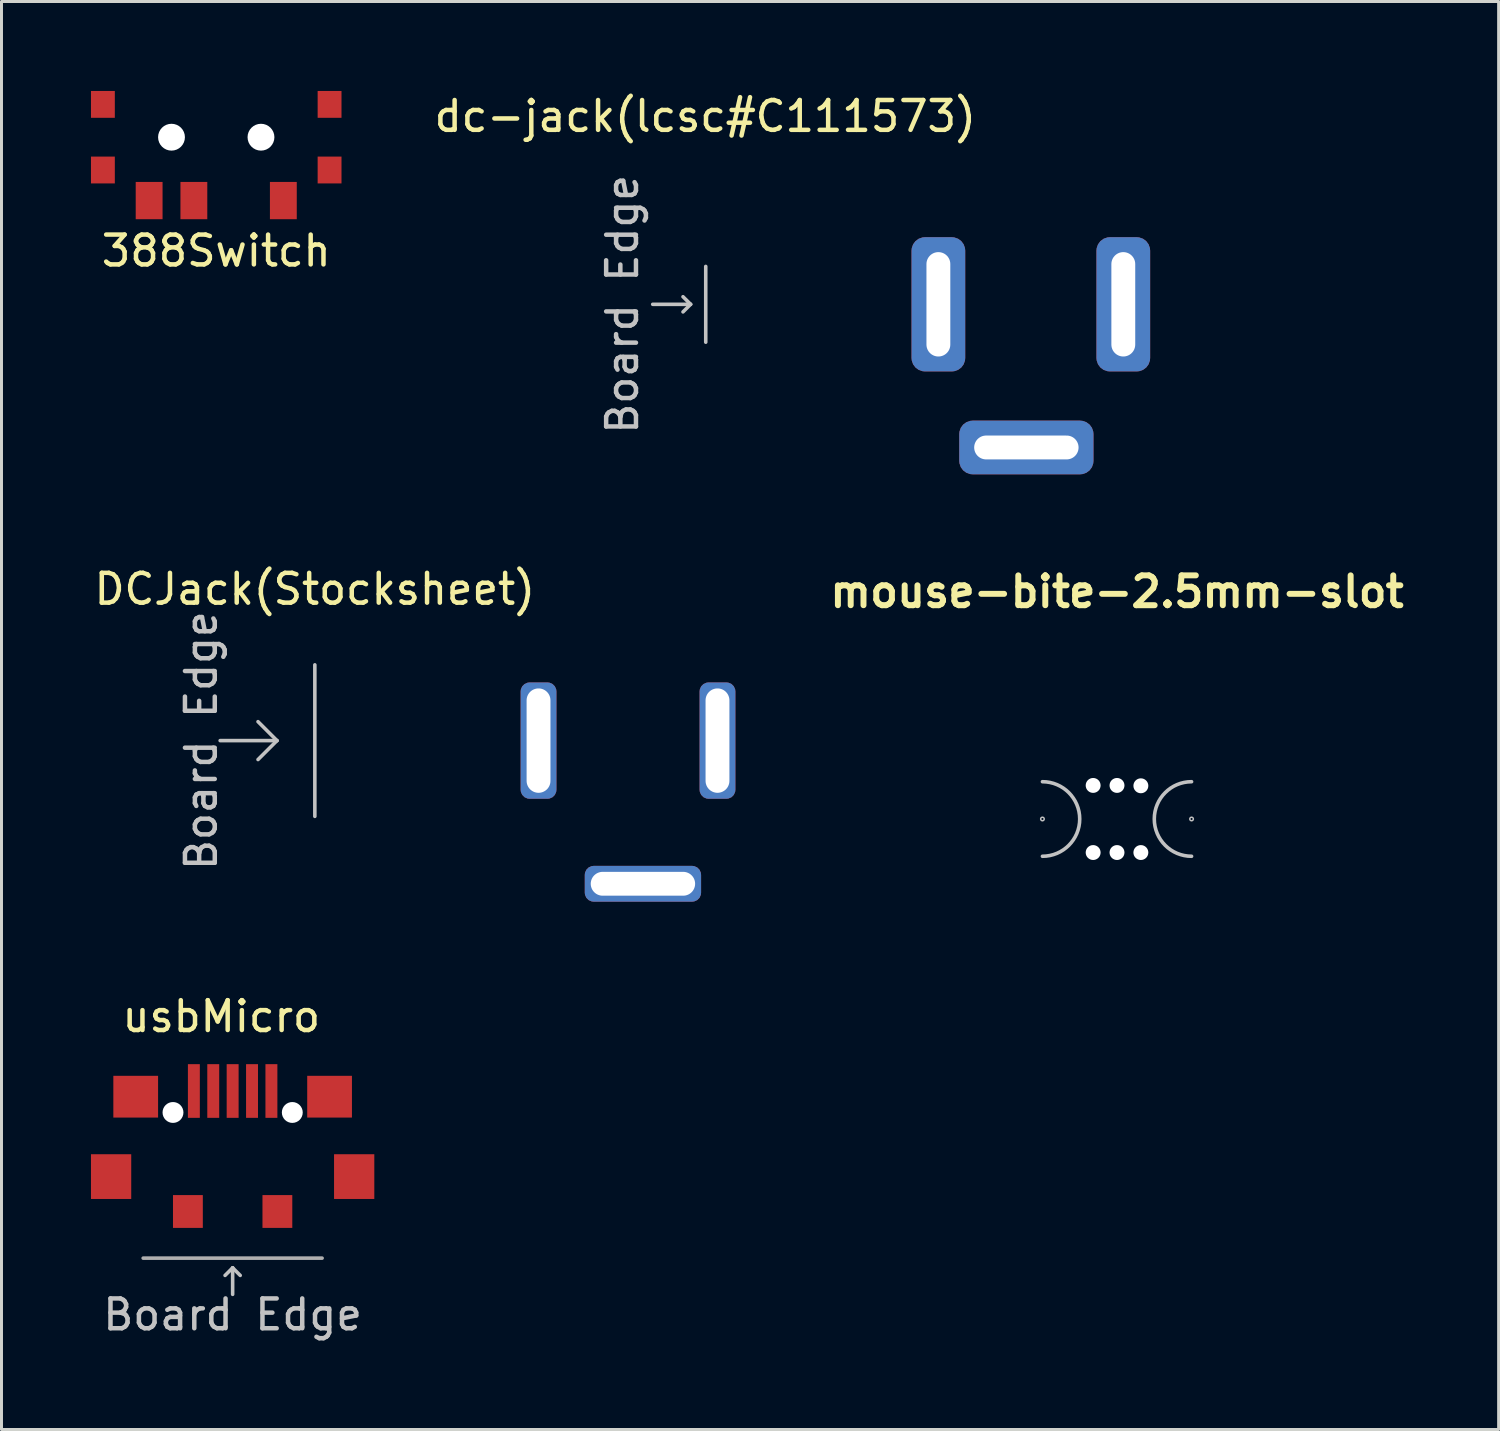
<source format=kicad_pcb>
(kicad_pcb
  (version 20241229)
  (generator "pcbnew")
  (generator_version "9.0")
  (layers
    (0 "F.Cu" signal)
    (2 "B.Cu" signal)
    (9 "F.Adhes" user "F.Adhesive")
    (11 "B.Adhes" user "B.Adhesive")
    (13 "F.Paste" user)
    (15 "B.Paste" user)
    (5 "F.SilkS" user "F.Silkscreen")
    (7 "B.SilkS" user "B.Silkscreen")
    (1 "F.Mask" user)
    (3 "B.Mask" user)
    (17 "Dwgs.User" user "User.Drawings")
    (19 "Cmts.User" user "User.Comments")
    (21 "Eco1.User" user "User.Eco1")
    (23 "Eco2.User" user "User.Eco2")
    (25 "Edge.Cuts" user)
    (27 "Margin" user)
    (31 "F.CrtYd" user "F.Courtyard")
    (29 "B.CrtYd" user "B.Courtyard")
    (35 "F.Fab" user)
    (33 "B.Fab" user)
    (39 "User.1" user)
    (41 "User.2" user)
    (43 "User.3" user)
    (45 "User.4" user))
  (footprint "388Switch"
    (layer "F.Cu")
    (at 4.2 1.55)
    (property "Reference" "388Switch" (at 0 3.81 0) (layer "F.SilkS") (effects (font (size 1 1) (thickness 0.15))))
    (attr through_hole)
    (pad "" np_thru_hole circle (at -1.5 0) (size 0.9 0.9) (drill 0.9) (layers "*.Cu" "*.Mask"))
    (pad "" np_thru_hole circle (at 1.5 0) (size 0.9 0.9) (drill 0.9) (layers "*.Cu" "*.Mask"))
    (pad "1" smd rect (at -2.25 2.125) (size 0.9 1.25) (layers "F.Cu" "F.Mask" "F.Paste"))
    (pad "2" smd rect (at -0.75 2.125) (size 0.9 1.25) (layers "F.Cu" "F.Mask" "F.Paste"))
    (pad "3" smd rect (at 2.25 2.125) (size 0.9 1.25) (layers "F.Cu" "F.Mask" "F.Paste"))
    (pad "6" smd rect (at -3.8 -1.1) (size 0.8 0.9) (layers "F.Cu" "F.Mask" "F.Paste"))
    (pad "6" smd rect (at -3.8 1.1) (size 0.8 0.9) (layers "F.Cu" "F.Mask" "F.Paste"))
    (pad "6" smd rect (at 3.8 -1.1) (size 0.8 0.9) (layers "F.Cu" "F.Mask" "F.Paste"))
    (pad "6" smd rect (at 3.8 1.1) (size 0.8 0.9) (layers "F.Cu" "F.Mask" "F.Paste")))
  (footprint "dc-jack(lcsc#C111573)"
    (layer "F.Cu")
    (at 20.612 7.153)
    (property "Reference" "dc-jack(lcsc#C111573)" (at -0.015 -6.305 0) (layer "F.SilkS") (effects (font (size 1 1) (thickness 0.15))))
    (attr through_hole)
    (fp_line (start -1.778 0) (end -0.508 0) (stroke (width 0.12) (type solid)) (layer "Dwgs.User"))
    (fp_line (start -0.508 0) (end -0.762 -0.254) (stroke (width 0.12) (type solid)) (layer "Dwgs.User"))
    (fp_line (start -0.508 0) (end -0.762 0.254) (stroke (width 0.12) (type solid)) (layer "Dwgs.User"))
    (fp_line (start 0 -1.27) (end 0 1.27) (stroke (width 0.12) (type solid)) (layer "Dwgs.User"))
    (fp_text user "Board Edge" (at -2.794 0 90) (layer "Dwgs.User") (effects (font (size 1 1) (thickness 0.15))))
    (pad "1" thru_hole roundrect (at 14 0 90) (size 4.5 1.8) (drill oval 3.5 0.8) (layers "*.Cu" "*.Mask") (roundrect_rratio 0.25))
    (pad "2" thru_hole roundrect (at 7.8 0 90) (size 4.5 1.8) (drill oval 3.5 0.8) (layers "*.Cu" "*.Mask") (roundrect_rratio 0.25))
    (pad "2" thru_hole roundrect (at 10.75 4.8) (size 4.5 1.8) (drill oval 3.5 0.8) (layers "*.Cu" "*.Mask") (roundrect_rratio 0.25)))
  (footprint "mouse-bite-2.5mm-slot"
    (layer "F.Cu")
    (at 34.401 24.409)
    (property "Reference" "mouse-bite-2.5mm-slot" (at 0 -7.62 0) (layer "F.SilkS") (effects (font (size 1 1) (thickness 0.2))))
    (attr through_hole)
    (fp_arc (start -2.5 -1.25) (mid -1.25 0) (end -2.5 1.25) (stroke (width 0.12) (type solid)) (layer "Dwgs.User"))
    (fp_arc (start 2.5 1.25) (mid 1.25 0) (end 2.5 -1.25) (stroke (width 0.12) (type solid)) (layer "Dwgs.User"))
    (fp_circle (center -2.5 0) (end -2.5 -0.06) (stroke (width 0.05) (type solid)) (fill no) (layer "Dwgs.User"))
    (fp_circle (center 2.5 0) (end 2.5 -0.06) (stroke (width 0.05) (type solid)) (fill no) (layer "Dwgs.User"))
    (pad "" np_thru_hole circle (at -0.8 -1.125) (size 0.5 0.5) (drill 0.5) (layers "*.Cu" "*.Mask"))
    (pad "" np_thru_hole circle (at -0.8 1.125) (size 0.5 0.5) (drill 0.5) (layers "*.Cu" "*.Mask"))
    (pad "" np_thru_hole circle (at 0 -1.125) (size 0.5 0.5) (drill 0.5) (layers "*.Cu" "*.Mask"))
    (pad "" np_thru_hole circle (at 0 1.125) (size 0.5 0.5) (drill 0.5) (layers "*.Cu" "*.Mask"))
    (pad "" np_thru_hole circle (at 0.8 -1.113) (size 0.5 0.5) (drill 0.5) (layers "*.Cu" "*.Mask"))
    (pad "" np_thru_hole circle (at 0.8 1.125) (size 0.5 0.5) (drill 0.5) (layers "*.Cu" "*.Mask")))
  (footprint "usbMicro"
    (layer "F.Cu")
    (at 4.75 36.029)
    (property "Reference" "usbMicro" (at -0.381 -5 0) (layer "F.SilkS") (effects (font (size 1 1) (thickness 0.15))))
    (attr through_hole)
    (fp_line (start 0 3.429) (end -0.254 3.683) (stroke (width 0.12) (type solid)) (layer "Dwgs.User"))
    (fp_line (start 0 3.429) (end 0.254 3.683) (stroke (width 0.12) (type solid)) (layer "Dwgs.User"))
    (fp_line (start 0 4.318) (end 0 3.429) (stroke (width 0.12) (type solid)) (layer "Dwgs.User"))
    (fp_line (start -3 3.104) (end 3 3.104) (stroke (width 0.12) (type solid)) (layer "F.Fab"))
    (fp_text user "Board Edge" (at 0 5 0) (layer "Dwgs.User") (effects (font (size 1 1) (thickness 0.15))))
    (pad "" np_thru_hole circle (at -2 -1.78 90) (size 0.7 0.7) (drill 0.7) (layers "*.Cu" "*.Mask"))
    (pad "" np_thru_hole circle (at 2 -1.78 90) (size 0.7 0.7) (drill 0.7) (layers "*.Cu" "*.Mask"))
    (pad "1" smd rect (at -1.3 -2.5 90) (size 1.8 0.4) (layers "F.Cu" "F.Mask" "F.Paste"))
    (pad "2" smd rect (at -0.65 -2.5 90) (size 1.8 0.4) (layers "F.Cu" "F.Mask" "F.Paste"))
    (pad "3" smd rect (at 0 -2.5 90) (size 1.8 0.4) (layers "F.Cu" "F.Mask" "F.Paste"))
    (pad "4" smd rect (at 0.65 -2.5 90) (size 1.8 0.4) (layers "F.Cu" "F.Mask" "F.Paste"))
    (pad "5" smd rect (at 1.3 -2.5 90) (size 1.8 0.4) (layers "F.Cu" "F.Mask" "F.Paste"))
    (pad "6" smd rect (at -4.075 0.37 180) (size 1.35 1.5) (layers "F.Cu" "F.Mask" "F.Paste"))
    (pad "6" smd rect (at -3.25 -2.309 180) (size 1.5 1.4) (layers "F.Cu" "F.Mask" "F.Paste"))
    (pad "6" smd rect (at -1.5 1.54 90) (size 1.1 1) (layers "F.Cu" "F.Mask" "F.Paste"))
    (pad "6" smd rect (at 1.5 1.54 90) (size 1.1 1) (layers "F.Cu" "F.Mask" "F.Paste"))
    (pad "6" smd rect (at 3.25 -2.309 180) (size 1.5 1.4) (layers "F.Cu" "F.Mask" "F.Paste"))
    (pad "6" smd rect (at 4.075 0.37 180) (size 1.35 1.5) (layers "F.Cu" "F.Mask" "F.Paste")))
  (footprint "DCJack(Stocksheet)"
    (layer "F.Cu")
    (at 7.506 21.781)
    (property "Reference" "DCJack(Stocksheet)" (at 0 -5.08 0) (layer "F.SilkS") (effects (font (size 1 1) (thickness 0.15))))
    (attr through_hole)
    (fp_line (start -1.27 0) (end -3.175 0) (stroke (width 0.12) (type solid)) (layer "Dwgs.User"))
    (fp_line (start -1.27 0) (end -1.905 -0.635) (stroke (width 0.12) (type solid)) (layer "Dwgs.User"))
    (fp_line (start -1.27 0) (end -1.905 0.635) (stroke (width 0.12) (type solid)) (layer "Dwgs.User"))
    (fp_line (start 0 -2.54) (end 0 2.54) (stroke (width 0.12) (type solid)) (layer "Dwgs.User"))
    (fp_text user "Board Edge" (at -3.81 0 90) (layer "Dwgs.User") (effects (font (size 1 1) (thickness 0.15))))
    (pad "1" thru_hole roundrect (at 13.5 0) (size 1.2 3.9) (drill oval 0.8 3.5) (layers "*.Cu" "*.Mask") (roundrect_rratio 0.25))
    (pad "2" thru_hole roundrect (at 7.5 0) (size 1.2 3.9) (drill oval 0.8 3.5) (layers "*.Cu" "*.Mask") (roundrect_rratio 0.25))
    (pad "2" thru_hole roundrect (at 11 4.8 90) (size 1.2 3.9) (drill oval 0.8 3.5) (layers "*.Cu" "*.Mask") (roundrect_rratio 0.25)))
  (gr_rect
    (start -3 -3)
    (end 47.196 44.878)
    (stroke (width 0.1) (type default))
    (fill no)
    (layer "Edge.Cuts")))
</source>
